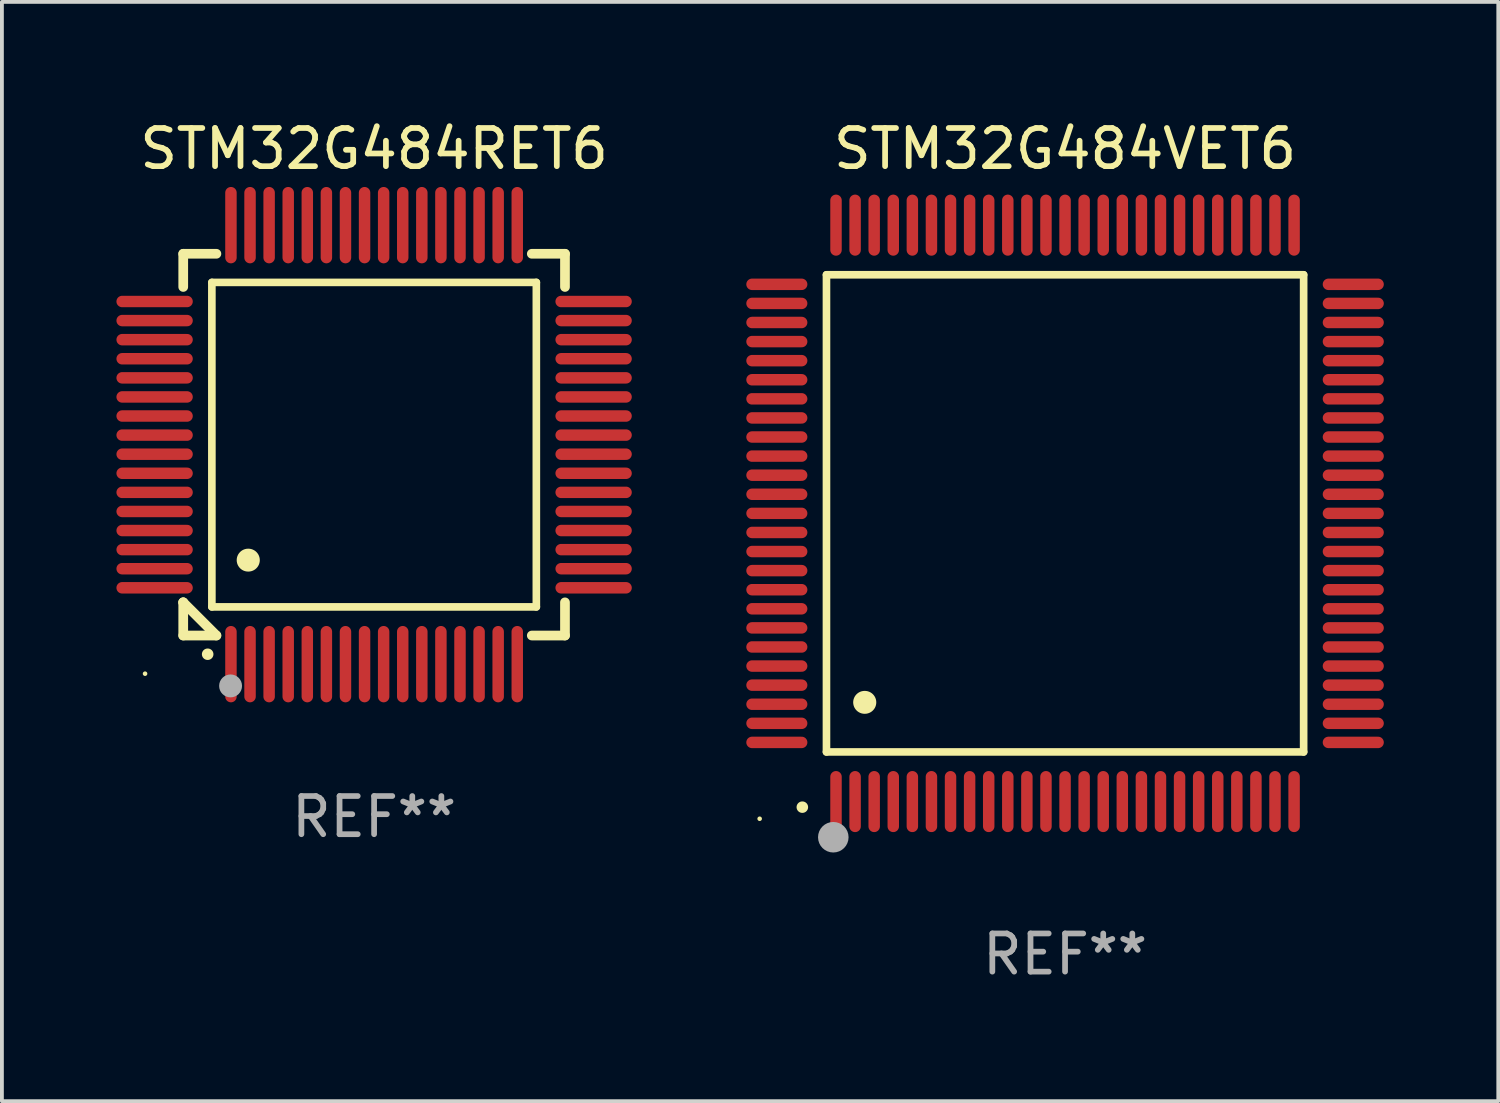
<source format=kicad_pcb>
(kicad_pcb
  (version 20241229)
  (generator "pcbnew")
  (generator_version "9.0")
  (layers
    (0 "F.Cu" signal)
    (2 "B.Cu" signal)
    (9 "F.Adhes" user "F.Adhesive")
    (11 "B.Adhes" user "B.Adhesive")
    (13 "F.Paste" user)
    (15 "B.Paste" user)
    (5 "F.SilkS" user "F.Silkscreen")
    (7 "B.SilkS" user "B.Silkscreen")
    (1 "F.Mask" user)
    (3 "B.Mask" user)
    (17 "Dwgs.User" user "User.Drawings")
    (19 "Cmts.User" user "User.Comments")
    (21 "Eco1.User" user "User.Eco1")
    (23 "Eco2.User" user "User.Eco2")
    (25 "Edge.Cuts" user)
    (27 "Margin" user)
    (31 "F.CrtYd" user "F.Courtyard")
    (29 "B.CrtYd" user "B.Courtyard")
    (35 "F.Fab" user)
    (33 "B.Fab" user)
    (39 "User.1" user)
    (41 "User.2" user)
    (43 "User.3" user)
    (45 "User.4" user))
  (footprint "STM32G484RET6"
    (layer "F.Cu")
    (at 6.75 8.598)
    (property "Reference" "STM32G484RET6" (at 0 -7.75 0) (layer "F.SilkS") (effects (font (size 1 1) (thickness 0.15))))
    (attr through_hole)
    (fp_line (start -5 -5) (end -4.131 -5) (stroke (width 0.254) (type solid)) (layer "F.SilkS"))
    (fp_line (start -5 -4.131) (end -5 -5) (stroke (width 0.254) (type solid)) (layer "F.SilkS"))
    (fp_line (start -5 4.131) (end -5 4.131) (stroke (width 0.254) (type solid)) (layer "F.SilkS"))
    (fp_line (start -5 5) (end -5 4.131) (stroke (width 0.254) (type solid)) (layer "F.SilkS"))
    (fp_line (start -5 4.131) (end -4.131 5) (stroke (width 0.254) (type solid)) (layer "F.SilkS"))
    (fp_line (start -4.25 -4.25) (end -4.25 4.25) (stroke (width 0.2) (type solid)) (layer "F.SilkS"))
    (fp_line (start -4.25 4.25) (end 4.25 4.25) (stroke (width 0.2) (type solid)) (layer "F.SilkS"))
    (fp_line (start -4.131 5) (end -5 5) (stroke (width 0.254) (type solid)) (layer "F.SilkS"))
    (fp_line (start 4.25 -4.25) (end -4.25 -4.25) (stroke (width 0.2) (type solid)) (layer "F.SilkS"))
    (fp_line (start 4.25 4.25) (end 4.25 -4.25) (stroke (width 0.2) (type solid)) (layer "F.SilkS"))
    (fp_line (start 5 -5) (end 4.131 -5) (stroke (width 0.254) (type solid)) (layer "F.SilkS"))
    (fp_line (start 5 -5) (end 5 -4.131) (stroke (width 0.254) (type solid)) (layer "F.SilkS"))
    (fp_line (start 5 4.131) (end 5 5) (stroke (width 0.254) (type solid)) (layer "F.SilkS"))
    (fp_line (start 5 5) (end 4.131 5) (stroke (width 0.254) (type solid)) (layer "F.SilkS"))
    (fp_arc (start -4.361265 5.489992) (mid -4.359995 5.489987) (end -4.358725 5.489992) (stroke (width 0.3) (type solid)) (layer "F.SilkS"))
    (fp_arc (start -3.299467 3.025146) (mid -3.296927 3.025135) (end -3.294387 3.025146) (stroke (width 0.6) (type solid)) (layer "F.SilkS"))
    (fp_circle (center -6 6) (end -5.97 6) (stroke (width 0.06) (type solid)) (fill no) (layer "F.SilkS"))
    (fp_circle (center -3.76 6.32) (end -3.61 6.32) (stroke (width 0.3) (type solid)) (fill no) (layer "F.Fab"))
    (fp_text user "REF**" (at 0 9.75 0) (layer "F.Fab") (effects (font (size 1 1) (thickness 0.15))))
    (pad "1" smd oval (at -3.75 5.75) (size 0.3 2) (layers "F.Cu" "F.Mask" "F.Paste"))
    (pad "2" smd oval (at -3.25 5.75) (size 0.3 2) (layers "F.Cu" "F.Mask" "F.Paste"))
    (pad "3" smd oval (at -2.75 5.75) (size 0.3 2) (layers "F.Cu" "F.Mask" "F.Paste"))
    (pad "4" smd oval (at -2.25 5.75) (size 0.3 2) (layers "F.Cu" "F.Mask" "F.Paste"))
    (pad "5" smd oval (at -1.75 5.75) (size 0.3 2) (layers "F.Cu" "F.Mask" "F.Paste"))
    (pad "6" smd oval (at -1.25 5.75) (size 0.3 2) (layers "F.Cu" "F.Mask" "F.Paste"))
    (pad "7" smd oval (at -0.75 5.75) (size 0.3 2) (layers "F.Cu" "F.Mask" "F.Paste"))
    (pad "8" smd oval (at -0.25 5.75) (size 0.3 2) (layers "F.Cu" "F.Mask" "F.Paste"))
    (pad "9" smd oval (at 0.25 5.75) (size 0.3 2) (layers "F.Cu" "F.Mask" "F.Paste"))
    (pad "10" smd oval (at 0.75 5.75) (size 0.3 2) (layers "F.Cu" "F.Mask" "F.Paste"))
    (pad "11" smd oval (at 1.25 5.75) (size 0.3 2) (layers "F.Cu" "F.Mask" "F.Paste"))
    (pad "12" smd oval (at 1.75 5.75) (size 0.3 2) (layers "F.Cu" "F.Mask" "F.Paste"))
    (pad "13" smd oval (at 2.25 5.75) (size 0.3 2) (layers "F.Cu" "F.Mask" "F.Paste"))
    (pad "14" smd oval (at 2.75 5.75) (size 0.3 2) (layers "F.Cu" "F.Mask" "F.Paste"))
    (pad "15" smd oval (at 3.25 5.75) (size 0.3 2) (layers "F.Cu" "F.Mask" "F.Paste"))
    (pad "16" smd oval (at 3.75 5.75) (size 0.3 2) (layers "F.Cu" "F.Mask" "F.Paste"))
    (pad "17" smd oval (at 5.75 3.75) (size 2 0.3) (layers "F.Cu" "F.Mask" "F.Paste"))
    (pad "18" smd oval (at 5.75 3.25) (size 2 0.3) (layers "F.Cu" "F.Mask" "F.Paste"))
    (pad "19" smd oval (at 5.75 2.75) (size 2 0.3) (layers "F.Cu" "F.Mask" "F.Paste"))
    (pad "20" smd oval (at 5.75 2.25) (size 2 0.3) (layers "F.Cu" "F.Mask" "F.Paste"))
    (pad "21" smd oval (at 5.75 1.75) (size 2 0.3) (layers "F.Cu" "F.Mask" "F.Paste"))
    (pad "22" smd oval (at 5.75 1.25) (size 2 0.3) (layers "F.Cu" "F.Mask" "F.Paste"))
    (pad "23" smd oval (at 5.75 0.75) (size 2 0.3) (layers "F.Cu" "F.Mask" "F.Paste"))
    (pad "24" smd oval (at 5.75 0.25) (size 2 0.3) (layers "F.Cu" "F.Mask" "F.Paste"))
    (pad "25" smd oval (at 5.75 -0.25) (size 2 0.3) (layers "F.Cu" "F.Mask" "F.Paste"))
    (pad "26" smd oval (at 5.75 -0.75) (size 2 0.3) (layers "F.Cu" "F.Mask" "F.Paste"))
    (pad "27" smd oval (at 5.75 -1.25) (size 2 0.3) (layers "F.Cu" "F.Mask" "F.Paste"))
    (pad "28" smd oval (at 5.75 -1.75) (size 2 0.3) (layers "F.Cu" "F.Mask" "F.Paste"))
    (pad "29" smd oval (at 5.75 -2.25) (size 2 0.3) (layers "F.Cu" "F.Mask" "F.Paste"))
    (pad "30" smd oval (at 5.75 -2.75) (size 2 0.3) (layers "F.Cu" "F.Mask" "F.Paste"))
    (pad "31" smd oval (at 5.75 -3.25) (size 2 0.3) (layers "F.Cu" "F.Mask" "F.Paste"))
    (pad "32" smd oval (at 5.75 -3.75) (size 2 0.3) (layers "F.Cu" "F.Mask" "F.Paste"))
    (pad "33" smd oval (at 3.75 -5.75) (size 0.3 2) (layers "F.Cu" "F.Mask" "F.Paste"))
    (pad "34" smd oval (at 3.25 -5.75) (size 0.3 2) (layers "F.Cu" "F.Mask" "F.Paste"))
    (pad "35" smd oval (at 2.75 -5.75) (size 0.3 2) (layers "F.Cu" "F.Mask" "F.Paste"))
    (pad "36" smd oval (at 2.25 -5.75) (size 0.3 2) (layers "F.Cu" "F.Mask" "F.Paste"))
    (pad "37" smd oval (at 1.75 -5.75) (size 0.3 2) (layers "F.Cu" "F.Mask" "F.Paste"))
    (pad "38" smd oval (at 1.25 -5.75) (size 0.3 2) (layers "F.Cu" "F.Mask" "F.Paste"))
    (pad "39" smd oval (at 0.75 -5.75) (size 0.3 2) (layers "F.Cu" "F.Mask" "F.Paste"))
    (pad "40" smd oval (at 0.25 -5.75) (size 0.3 2) (layers "F.Cu" "F.Mask" "F.Paste"))
    (pad "41" smd oval (at -0.25 -5.75) (size 0.3 2) (layers "F.Cu" "F.Mask" "F.Paste"))
    (pad "42" smd oval (at -0.75 -5.75) (size 0.3 2) (layers "F.Cu" "F.Mask" "F.Paste"))
    (pad "43" smd oval (at -1.25 -5.75) (size 0.3 2) (layers "F.Cu" "F.Mask" "F.Paste"))
    (pad "44" smd oval (at -1.75 -5.75) (size 0.3 2) (layers "F.Cu" "F.Mask" "F.Paste"))
    (pad "45" smd oval (at -2.25 -5.75) (size 0.3 2) (layers "F.Cu" "F.Mask" "F.Paste"))
    (pad "46" smd oval (at -2.75 -5.75) (size 0.3 2) (layers "F.Cu" "F.Mask" "F.Paste"))
    (pad "47" smd oval (at -3.25 -5.75) (size 0.3 2) (layers "F.Cu" "F.Mask" "F.Paste"))
    (pad "48" smd oval (at -3.75 -5.75) (size 0.3 2) (layers "F.Cu" "F.Mask" "F.Paste"))
    (pad "49" smd oval (at -5.75 -3.75) (size 2 0.3) (layers "F.Cu" "F.Mask" "F.Paste"))
    (pad "50" smd oval (at -5.75 -3.25) (size 2 0.3) (layers "F.Cu" "F.Mask" "F.Paste"))
    (pad "51" smd oval (at -5.75 -2.75) (size 2 0.3) (layers "F.Cu" "F.Mask" "F.Paste"))
    (pad "52" smd oval (at -5.75 -2.25) (size 2 0.3) (layers "F.Cu" "F.Mask" "F.Paste"))
    (pad "53" smd oval (at -5.75 -1.75) (size 2 0.3) (layers "F.Cu" "F.Mask" "F.Paste"))
    (pad "54" smd oval (at -5.75 -1.25) (size 2 0.3) (layers "F.Cu" "F.Mask" "F.Paste"))
    (pad "55" smd oval (at -5.75 -0.75) (size 2 0.3) (layers "F.Cu" "F.Mask" "F.Paste"))
    (pad "56" smd oval (at -5.75 -0.25) (size 2 0.3) (layers "F.Cu" "F.Mask" "F.Paste"))
    (pad "57" smd oval (at -5.75 0.25) (size 2 0.3) (layers "F.Cu" "F.Mask" "F.Paste"))
    (pad "58" smd oval (at -5.75 0.75) (size 2 0.3) (layers "F.Cu" "F.Mask" "F.Paste"))
    (pad "59" smd oval (at -5.75 1.25) (size 2 0.3) (layers "F.Cu" "F.Mask" "F.Paste"))
    (pad "60" smd oval (at -5.75 1.75) (size 2 0.3) (layers "F.Cu" "F.Mask" "F.Paste"))
    (pad "61" smd oval (at -5.75 2.25) (size 2 0.3) (layers "F.Cu" "F.Mask" "F.Paste"))
    (pad "62" smd oval (at -5.75 2.75) (size 2 0.3) (layers "F.Cu" "F.Mask" "F.Paste"))
    (pad "63" smd oval (at -5.75 3.25) (size 2 0.3) (layers "F.Cu" "F.Mask" "F.Paste"))
    (pad "64" smd oval (at -5.75 3.75) (size 2 0.3) (layers "F.Cu" "F.Mask" "F.Paste")))
  (footprint "STM32G484VET6"
    (layer "F.Cu")
    (at 24.85 10.398)
    (property "Reference" "STM32G484VET6" (at 0 -9.55 0) (layer "F.SilkS") (effects (font (size 1 1) (thickness 0.15))))
    (attr through_hole)
    (fp_line (start -6.25 -6.25) (end -6.25 6.25) (stroke (width 0.2) (type solid)) (layer "F.SilkS"))
    (fp_line (start -6.25 6.25) (end 6.25 6.25) (stroke (width 0.2) (type solid)) (layer "F.SilkS"))
    (fp_line (start 6.25 -6.25) (end -6.25 -6.25) (stroke (width 0.2) (type solid)) (layer "F.SilkS"))
    (fp_line (start 6.25 6.25) (end 6.25 -6.25) (stroke (width 0.2) (type solid)) (layer "F.SilkS"))
    (fp_arc (start -6.883414 7.696215) (mid -6.882144 7.69621) (end -6.880874 7.696215) (stroke (width 0.3) (type solid)) (layer "F.SilkS"))
    (fp_arc (start -5.250191 4.95047) (mid -5.247651 4.950459) (end -5.245111 4.95047) (stroke (width 0.6) (type solid)) (layer "F.SilkS"))
    (fp_circle (center -8 8) (end -7.97 8) (stroke (width 0.06) (type solid)) (fill no) (layer "F.SilkS"))
    (fp_circle (center -6.071 8.484) (end -5.871 8.484) (stroke (width 0.4) (type solid)) (fill no) (layer "F.Fab"))
    (fp_text user "REF**" (at 0 11.55 0) (layer "F.Fab") (effects (font (size 1 1) (thickness 0.15))))
    (pad "1" smd oval (at -6 7.55) (size 0.3 1.6) (layers "F.Cu" "F.Mask" "F.Paste"))
    (pad "2" smd oval (at -5.5 7.55) (size 0.3 1.6) (layers "F.Cu" "F.Mask" "F.Paste"))
    (pad "3" smd oval (at -5 7.55) (size 0.3 1.6) (layers "F.Cu" "F.Mask" "F.Paste"))
    (pad "4" smd oval (at -4.5 7.55) (size 0.3 1.6) (layers "F.Cu" "F.Mask" "F.Paste"))
    (pad "5" smd oval (at -4 7.55) (size 0.3 1.6) (layers "F.Cu" "F.Mask" "F.Paste"))
    (pad "6" smd oval (at -3.5 7.55) (size 0.3 1.6) (layers "F.Cu" "F.Mask" "F.Paste"))
    (pad "7" smd oval (at -3 7.55) (size 0.3 1.6) (layers "F.Cu" "F.Mask" "F.Paste"))
    (pad "8" smd oval (at -2.5 7.55) (size 0.3 1.6) (layers "F.Cu" "F.Mask" "F.Paste"))
    (pad "9" smd oval (at -2 7.55) (size 0.3 1.6) (layers "F.Cu" "F.Mask" "F.Paste"))
    (pad "10" smd oval (at -1.5 7.55) (size 0.3 1.6) (layers "F.Cu" "F.Mask" "F.Paste"))
    (pad "11" smd oval (at -1 7.55) (size 0.3 1.6) (layers "F.Cu" "F.Mask" "F.Paste"))
    (pad "12" smd oval (at -0.5 7.55) (size 0.3 1.6) (layers "F.Cu" "F.Mask" "F.Paste"))
    (pad "13" smd oval (at 0 7.55) (size 0.3 1.6) (layers "F.Cu" "F.Mask" "F.Paste"))
    (pad "14" smd oval (at 0.5 7.55) (size 0.3 1.6) (layers "F.Cu" "F.Mask" "F.Paste"))
    (pad "15" smd oval (at 1 7.55) (size 0.3 1.6) (layers "F.Cu" "F.Mask" "F.Paste"))
    (pad "16" smd oval (at 1.5 7.55) (size 0.3 1.6) (layers "F.Cu" "F.Mask" "F.Paste"))
    (pad "17" smd oval (at 2 7.55) (size 0.3 1.6) (layers "F.Cu" "F.Mask" "F.Paste"))
    (pad "18" smd oval (at 2.5 7.55) (size 0.3 1.6) (layers "F.Cu" "F.Mask" "F.Paste"))
    (pad "19" smd oval (at 3 7.55) (size 0.3 1.6) (layers "F.Cu" "F.Mask" "F.Paste"))
    (pad "20" smd oval (at 3.5 7.55) (size 0.3 1.6) (layers "F.Cu" "F.Mask" "F.Paste"))
    (pad "21" smd oval (at 4 7.55) (size 0.3 1.6) (layers "F.Cu" "F.Mask" "F.Paste"))
    (pad "22" smd oval (at 4.5 7.55) (size 0.3 1.6) (layers "F.Cu" "F.Mask" "F.Paste"))
    (pad "23" smd oval (at 5 7.55) (size 0.3 1.6) (layers "F.Cu" "F.Mask" "F.Paste"))
    (pad "24" smd oval (at 5.5 7.55) (size 0.3 1.6) (layers "F.Cu" "F.Mask" "F.Paste"))
    (pad "25" smd oval (at 6 7.55) (size 0.3 1.6) (layers "F.Cu" "F.Mask" "F.Paste"))
    (pad "26" smd oval (at 7.55 6) (size 1.6 0.3) (layers "F.Cu" "F.Mask" "F.Paste"))
    (pad "27" smd oval (at 7.55 5.5) (size 1.6 0.3) (layers "F.Cu" "F.Mask" "F.Paste"))
    (pad "28" smd oval (at 7.55 5) (size 1.6 0.3) (layers "F.Cu" "F.Mask" "F.Paste"))
    (pad "29" smd oval (at 7.55 4.5) (size 1.6 0.3) (layers "F.Cu" "F.Mask" "F.Paste"))
    (pad "30" smd oval (at 7.55 4) (size 1.6 0.3) (layers "F.Cu" "F.Mask" "F.Paste"))
    (pad "31" smd oval (at 7.55 3.5) (size 1.6 0.3) (layers "F.Cu" "F.Mask" "F.Paste"))
    (pad "32" smd oval (at 7.55 3) (size 1.6 0.3) (layers "F.Cu" "F.Mask" "F.Paste"))
    (pad "33" smd oval (at 7.55 2.5) (size 1.6 0.3) (layers "F.Cu" "F.Mask" "F.Paste"))
    (pad "34" smd oval (at 7.55 2) (size 1.6 0.3) (layers "F.Cu" "F.Mask" "F.Paste"))
    (pad "35" smd oval (at 7.55 1.5) (size 1.6 0.3) (layers "F.Cu" "F.Mask" "F.Paste"))
    (pad "36" smd oval (at 7.55 1) (size 1.6 0.3) (layers "F.Cu" "F.Mask" "F.Paste"))
    (pad "37" smd oval (at 7.55 0.5) (size 1.6 0.3) (layers "F.Cu" "F.Mask" "F.Paste"))
    (pad "38" smd oval (at 7.55 0) (size 1.6 0.3) (layers "F.Cu" "F.Mask" "F.Paste"))
    (pad "39" smd oval (at 7.55 -0.5) (size 1.6 0.3) (layers "F.Cu" "F.Mask" "F.Paste"))
    (pad "40" smd oval (at 7.55 -1) (size 1.6 0.3) (layers "F.Cu" "F.Mask" "F.Paste"))
    (pad "41" smd oval (at 7.55 -1.5) (size 1.6 0.3) (layers "F.Cu" "F.Mask" "F.Paste"))
    (pad "42" smd oval (at 7.55 -2) (size 1.6 0.3) (layers "F.Cu" "F.Mask" "F.Paste"))
    (pad "43" smd oval (at 7.55 -2.5) (size 1.6 0.3) (layers "F.Cu" "F.Mask" "F.Paste"))
    (pad "44" smd oval (at 7.55 -3) (size 1.6 0.3) (layers "F.Cu" "F.Mask" "F.Paste"))
    (pad "45" smd oval (at 7.55 -3.5) (size 1.6 0.3) (layers "F.Cu" "F.Mask" "F.Paste"))
    (pad "46" smd oval (at 7.55 -4) (size 1.6 0.3) (layers "F.Cu" "F.Mask" "F.Paste"))
    (pad "47" smd oval (at 7.55 -4.5) (size 1.6 0.3) (layers "F.Cu" "F.Mask" "F.Paste"))
    (pad "48" smd oval (at 7.55 -5) (size 1.6 0.3) (layers "F.Cu" "F.Mask" "F.Paste"))
    (pad "49" smd oval (at 7.55 -5.5) (size 1.6 0.3) (layers "F.Cu" "F.Mask" "F.Paste"))
    (pad "50" smd oval (at 7.55 -6) (size 1.6 0.3) (layers "F.Cu" "F.Mask" "F.Paste"))
    (pad "51" smd oval (at 6 -7.55) (size 0.3 1.6) (layers "F.Cu" "F.Mask" "F.Paste"))
    (pad "52" smd oval (at 5.5 -7.55) (size 0.3 1.6) (layers "F.Cu" "F.Mask" "F.Paste"))
    (pad "53" smd oval (at 5 -7.55) (size 0.3 1.6) (layers "F.Cu" "F.Mask" "F.Paste"))
    (pad "54" smd oval (at 4.5 -7.55) (size 0.3 1.6) (layers "F.Cu" "F.Mask" "F.Paste"))
    (pad "55" smd oval (at 4 -7.55) (size 0.3 1.6) (layers "F.Cu" "F.Mask" "F.Paste"))
    (pad "56" smd oval (at 3.5 -7.55) (size 0.3 1.6) (layers "F.Cu" "F.Mask" "F.Paste"))
    (pad "57" smd oval (at 3 -7.55) (size 0.3 1.6) (layers "F.Cu" "F.Mask" "F.Paste"))
    (pad "58" smd oval (at 2.5 -7.55) (size 0.3 1.6) (layers "F.Cu" "F.Mask" "F.Paste"))
    (pad "59" smd oval (at 2 -7.55) (size 0.3 1.6) (layers "F.Cu" "F.Mask" "F.Paste"))
    (pad "60" smd oval (at 1.5 -7.55) (size 0.3 1.6) (layers "F.Cu" "F.Mask" "F.Paste"))
    (pad "61" smd oval (at 1 -7.55) (size 0.3 1.6) (layers "F.Cu" "F.Mask" "F.Paste"))
    (pad "62" smd oval (at 0.5 -7.55) (size 0.3 1.6) (layers "F.Cu" "F.Mask" "F.Paste"))
    (pad "63" smd oval (at 0 -7.55) (size 0.3 1.6) (layers "F.Cu" "F.Mask" "F.Paste"))
    (pad "64" smd oval (at -0.5 -7.55) (size 0.3 1.6) (layers "F.Cu" "F.Mask" "F.Paste"))
    (pad "65" smd oval (at -1 -7.55) (size 0.3 1.6) (layers "F.Cu" "F.Mask" "F.Paste"))
    (pad "66" smd oval (at -1.5 -7.55) (size 0.3 1.6) (layers "F.Cu" "F.Mask" "F.Paste"))
    (pad "67" smd oval (at -2 -7.55) (size 0.3 1.6) (layers "F.Cu" "F.Mask" "F.Paste"))
    (pad "68" smd oval (at -2.5 -7.55) (size 0.3 1.6) (layers "F.Cu" "F.Mask" "F.Paste"))
    (pad "69" smd oval (at -3 -7.55) (size 0.3 1.6) (layers "F.Cu" "F.Mask" "F.Paste"))
    (pad "70" smd oval (at -3.5 -7.55) (size 0.3 1.6) (layers "F.Cu" "F.Mask" "F.Paste"))
    (pad "71" smd oval (at -4 -7.55) (size 0.3 1.6) (layers "F.Cu" "F.Mask" "F.Paste"))
    (pad "72" smd oval (at -4.5 -7.55) (size 0.3 1.6) (layers "F.Cu" "F.Mask" "F.Paste"))
    (pad "73" smd oval (at -5 -7.55) (size 0.3 1.6) (layers "F.Cu" "F.Mask" "F.Paste"))
    (pad "74" smd oval (at -5.5 -7.55) (size 0.3 1.6) (layers "F.Cu" "F.Mask" "F.Paste"))
    (pad "75" smd oval (at -6 -7.55) (size 0.3 1.6) (layers "F.Cu" "F.Mask" "F.Paste"))
    (pad "76" smd oval (at -7.55 -6) (size 1.6 0.3) (layers "F.Cu" "F.Mask" "F.Paste"))
    (pad "77" smd oval (at -7.55 -5.5) (size 1.6 0.3) (layers "F.Cu" "F.Mask" "F.Paste"))
    (pad "78" smd oval (at -7.55 -5) (size 1.6 0.3) (layers "F.Cu" "F.Mask" "F.Paste"))
    (pad "79" smd oval (at -7.55 -4.5) (size 1.6 0.3) (layers "F.Cu" "F.Mask" "F.Paste"))
    (pad "80" smd oval (at -7.55 -4) (size 1.6 0.3) (layers "F.Cu" "F.Mask" "F.Paste"))
    (pad "81" smd oval (at -7.55 -3.5) (size 1.6 0.3) (layers "F.Cu" "F.Mask" "F.Paste"))
    (pad "82" smd oval (at -7.55 -3) (size 1.6 0.3) (layers "F.Cu" "F.Mask" "F.Paste"))
    (pad "83" smd oval (at -7.55 -2.5) (size 1.6 0.3) (layers "F.Cu" "F.Mask" "F.Paste"))
    (pad "84" smd oval (at -7.55 -2) (size 1.6 0.3) (layers "F.Cu" "F.Mask" "F.Paste"))
    (pad "85" smd oval (at -7.55 -1.5) (size 1.6 0.3) (layers "F.Cu" "F.Mask" "F.Paste"))
    (pad "86" smd oval (at -7.55 -1) (size 1.6 0.3) (layers "F.Cu" "F.Mask" "F.Paste"))
    (pad "87" smd oval (at -7.55 -0.5) (size 1.6 0.3) (layers "F.Cu" "F.Mask" "F.Paste"))
    (pad "88" smd oval (at -7.55 0) (size 1.6 0.3) (layers "F.Cu" "F.Mask" "F.Paste"))
    (pad "89" smd oval (at -7.55 0.5) (size 1.6 0.3) (layers "F.Cu" "F.Mask" "F.Paste"))
    (pad "90" smd oval (at -7.55 1) (size 1.6 0.3) (layers "F.Cu" "F.Mask" "F.Paste"))
    (pad "91" smd oval (at -7.55 1.5) (size 1.6 0.3) (layers "F.Cu" "F.Mask" "F.Paste"))
    (pad "92" smd oval (at -7.55 2) (size 1.6 0.3) (layers "F.Cu" "F.Mask" "F.Paste"))
    (pad "93" smd oval (at -7.55 2.5) (size 1.6 0.3) (layers "F.Cu" "F.Mask" "F.Paste"))
    (pad "94" smd oval (at -7.55 3) (size 1.6 0.3) (layers "F.Cu" "F.Mask" "F.Paste"))
    (pad "95" smd oval (at -7.55 3.5) (size 1.6 0.3) (layers "F.Cu" "F.Mask" "F.Paste"))
    (pad "96" smd oval (at -7.55 4) (size 1.6 0.3) (layers "F.Cu" "F.Mask" "F.Paste"))
    (pad "97" smd oval (at -7.55 4.5) (size 1.6 0.3) (layers "F.Cu" "F.Mask" "F.Paste"))
    (pad "98" smd oval (at -7.55 5) (size 1.6 0.3) (layers "F.Cu" "F.Mask" "F.Paste"))
    (pad "99" smd oval (at -7.55 5.5) (size 1.6 0.3) (layers "F.Cu" "F.Mask" "F.Paste"))
    (pad "100" smd oval (at -7.55 6) (size 1.6 0.3) (layers "F.Cu" "F.Mask" "F.Paste")))
  (gr_rect
    (start -3 -3)
    (end 36.199 25.796)
    (stroke (width 0.1) (type default))
    (fill no)
    (layer "Edge.Cuts")))
</source>
